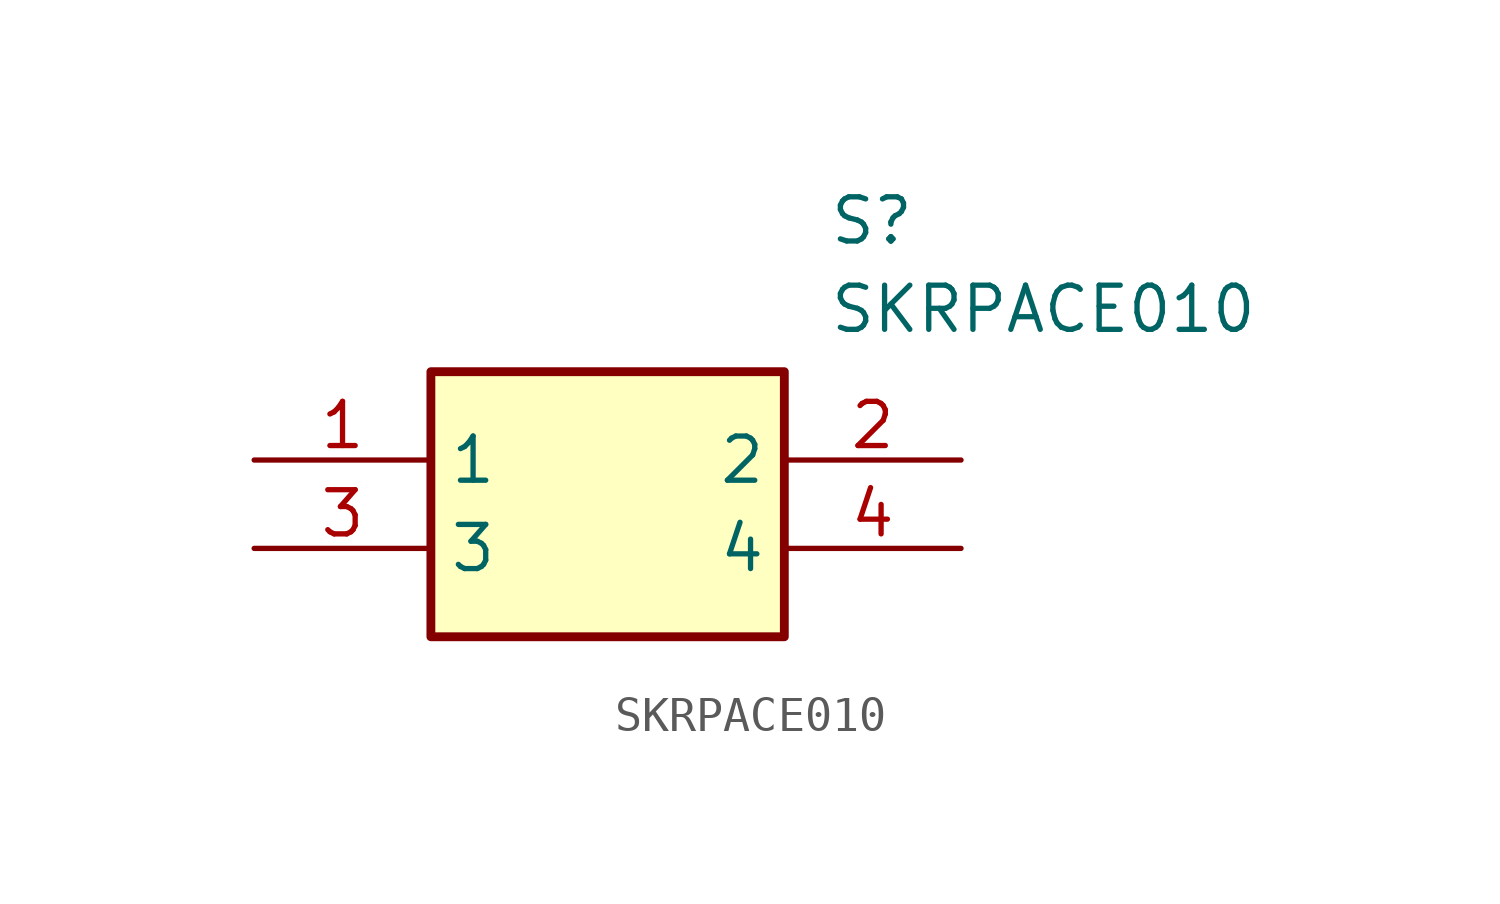
<source format=kicad_sym>
(kicad_symbol_lib
  (version 20211014)
  (generator SamacSys_ECAD_Model)
  (symbol "SKRPACE010"
    (property "Reference" "S"
      (at 16.51 7.62 0)
      (effects (font (size 1.27 1.27)) (justify left top)))
    (property "Value" "SKRPACE010"
      (at 16.51 5.08 0)
      (effects (font (size 1.27 1.27)) (justify left top)))
    (rectangle
      (start 5.08 2.54)
      (end 15.24 -5.08)
      (stroke (width 0.254) (type default))
      (fill (type background)))
    (pin passive line
      (at 0 0 0)
      (length 5.08)
      (name "1" (effects (font (size 1.27 1.27))))
      (number "1" (effects (font (size 1.27 1.27)))))
    (pin passive line
      (at 20.32 0 180)
      (length 5.08)
      (name "2" (effects (font (size 1.27 1.27))))
      (number "2" (effects (font (size 1.27 1.27)))))
    (pin passive line
      (at 0 -2.54 0)
      (length 5.08)
      (name "3" (effects (font (size 1.27 1.27))))
      (number "3" (effects (font (size 1.27 1.27)))))
    (pin passive line
      (at 20.32 -2.54 180)
      (length 5.08)
      (name "4" (effects (font (size 1.27 1.27))))
      (number "4" (effects (font (size 1.27 1.27)))))))
</source>
